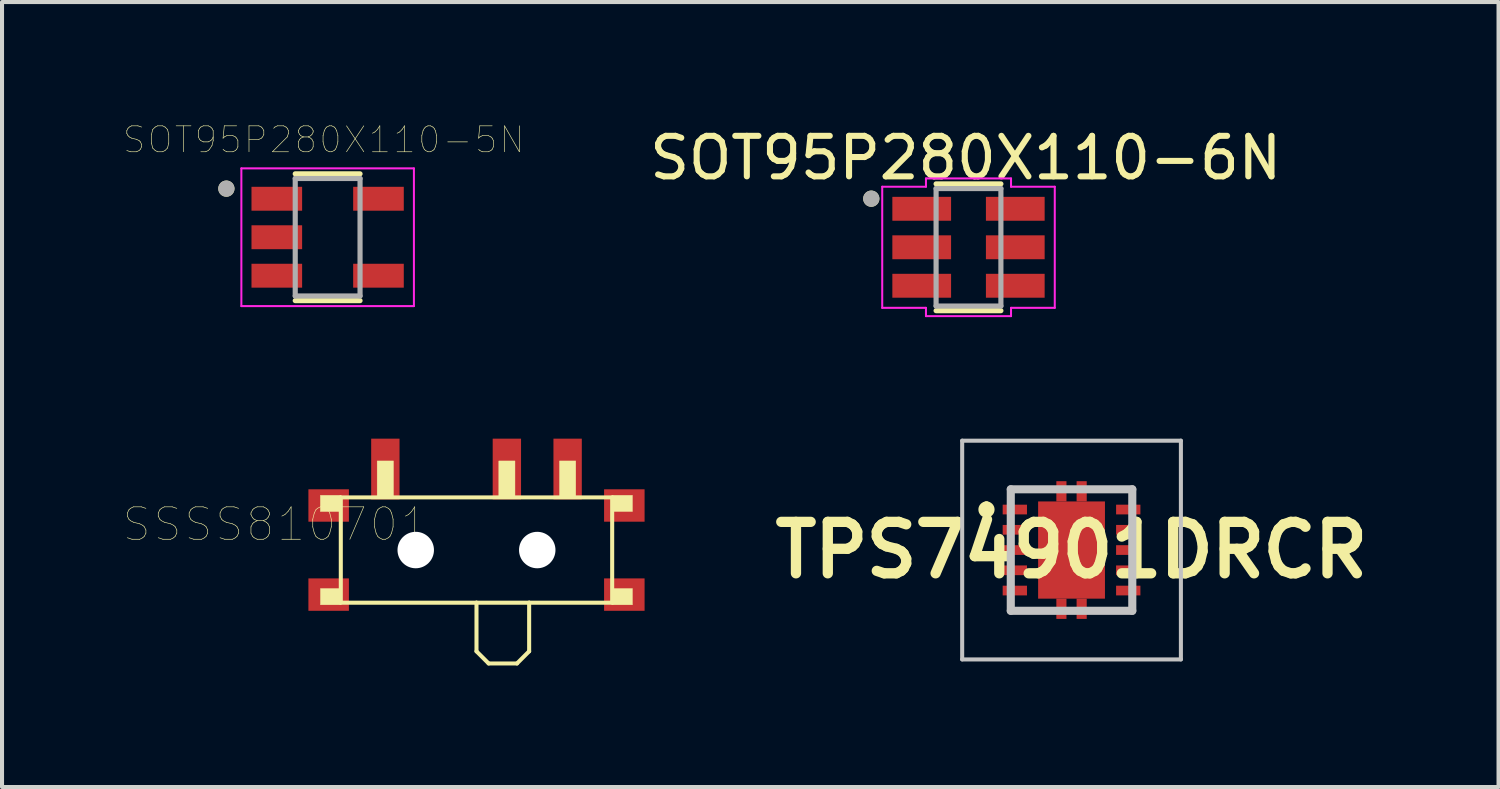
<source format=kicad_pcb>
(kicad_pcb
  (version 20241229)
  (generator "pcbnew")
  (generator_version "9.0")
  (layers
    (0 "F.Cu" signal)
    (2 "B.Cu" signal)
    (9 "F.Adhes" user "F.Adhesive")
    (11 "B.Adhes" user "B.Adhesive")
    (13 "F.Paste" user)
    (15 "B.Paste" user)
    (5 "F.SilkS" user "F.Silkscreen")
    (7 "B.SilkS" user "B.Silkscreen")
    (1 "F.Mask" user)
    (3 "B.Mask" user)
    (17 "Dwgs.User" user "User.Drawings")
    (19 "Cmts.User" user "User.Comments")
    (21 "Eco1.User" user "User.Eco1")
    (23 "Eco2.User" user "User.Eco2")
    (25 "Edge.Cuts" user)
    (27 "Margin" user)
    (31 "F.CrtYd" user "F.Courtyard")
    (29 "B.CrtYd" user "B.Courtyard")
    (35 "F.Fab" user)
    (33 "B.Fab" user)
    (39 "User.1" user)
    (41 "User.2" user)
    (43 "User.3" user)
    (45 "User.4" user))
  (footprint "TPS74901DRCR"
    (layer "F.Cu")
    (at 23.405 10.53)
    (property "Reference" "TPS74901DRCR" (at 0 0 0) (layer "F.SilkS") (effects (font (size 1.27 1.27) (thickness 0.254))))
    (attr smd)
    (fp_line (start -2.1 -1.1) (end -2.1 -1.1) (stroke (width 0.2) (type solid)) (layer "F.SilkS"))
    (fp_line (start -2.1 -0.9) (end -2.1 -0.9) (stroke (width 0.2) (type solid)) (layer "F.SilkS"))
    (fp_line (start -1.5 -1.5) (end -0.6 -1.5) (stroke (width 0.1) (type solid)) (layer "F.SilkS"))
    (fp_line (start -1.5 -1.3) (end -1.5 -1.5) (stroke (width 0.1) (type solid)) (layer "F.SilkS"))
    (fp_line (start -1.5 1.3) (end -1.5 1.5) (stroke (width 0.1) (type solid)) (layer "F.SilkS"))
    (fp_line (start -1.5 1.5) (end -0.6 1.5) (stroke (width 0.1) (type solid)) (layer "F.SilkS"))
    (fp_line (start 0.6 -1.5) (end 1.5 -1.5) (stroke (width 0.1) (type solid)) (layer "F.SilkS"))
    (fp_line (start 0.6 1.5) (end 1.5 1.5) (stroke (width 0.1) (type solid)) (layer "F.SilkS"))
    (fp_line (start 1.5 -1.5) (end 1.5 -1.3) (stroke (width 0.1) (type solid)) (layer "F.SilkS"))
    (fp_line (start 1.5 1.5) (end 1.5 1.3) (stroke (width 0.1) (type solid)) (layer "F.SilkS"))
    (fp_arc (start -2.1 -1.1) (mid -2 -1) (end -2.1 -0.9) (stroke (width 0.2) (type solid)) (layer "F.SilkS"))
    (fp_arc (start -2.1 -0.9) (mid -2.2 -1) (end -2.1 -1.1) (stroke (width 0.2) (type solid)) (layer "F.SilkS"))
    (fp_line (start -2.7 -2.7) (end 2.7 -2.7) (stroke (width 0.1) (type solid)) (layer "Dwgs.User"))
    (fp_line (start -2.7 2.7) (end -2.7 -2.7) (stroke (width 0.1) (type solid)) (layer "Dwgs.User"))
    (fp_line (start -1.5 -1.5) (end 1.5 -1.5) (stroke (width 0.2) (type solid)) (layer "Dwgs.User"))
    (fp_line (start -1.5 1.5) (end -1.5 -1.5) (stroke (width 0.2) (type solid)) (layer "Dwgs.User"))
    (fp_line (start 1.5 -1.5) (end 1.5 1.5) (stroke (width 0.2) (type solid)) (layer "Dwgs.User"))
    (fp_line (start 1.5 1.5) (end -1.5 1.5) (stroke (width 0.2) (type solid)) (layer "Dwgs.User"))
    (fp_line (start 2.7 -2.7) (end 2.7 2.7) (stroke (width 0.1) (type solid)) (layer "Dwgs.User"))
    (fp_line (start 2.7 2.7) (end -2.7 2.7) (stroke (width 0.1) (type solid)) (layer "Dwgs.User"))
    (pad "1" smd rect (at -1.4 -1 90) (size 0.24 0.6) (layers "F.Cu" "F.Mask" "F.Paste"))
    (pad "2" smd rect (at -1.4 -0.5 90) (size 0.24 0.6) (layers "F.Cu" "F.Mask" "F.Paste"))
    (pad "3" smd rect (at -1.4 0 90) (size 0.24 0.6) (layers "F.Cu" "F.Mask" "F.Paste"))
    (pad "4" smd rect (at -1.4 0.5 90) (size 0.24 0.6) (layers "F.Cu" "F.Mask" "F.Paste"))
    (pad "5" smd rect (at -1.4 1 90) (size 0.24 0.6) (layers "F.Cu" "F.Mask" "F.Paste"))
    (pad "6" smd rect (at 1.4 1 90) (size 0.24 0.6) (layers "F.Cu" "F.Mask" "F.Paste"))
    (pad "7" smd rect (at 1.4 0.5 90) (size 0.24 0.6) (layers "F.Cu" "F.Mask" "F.Paste"))
    (pad "8" smd rect (at 1.4 0 90) (size 0.24 0.6) (layers "F.Cu" "F.Mask" "F.Paste"))
    (pad "9" smd rect (at 1.4 -0.5 90) (size 0.24 0.6) (layers "F.Cu" "F.Mask" "F.Paste"))
    (pad "10" smd rect (at 1.4 -1 90) (size 0.24 0.6) (layers "F.Cu" "F.Mask" "F.Paste"))
    (pad "EP1" smd rect (at 0 0) (size 1.65 2.4) (layers "F.Cu" "F.Mask" "F.Paste"))
    (pad "EP2" smd rect (at -0.25 -1.45) (size 0.25 0.5) (layers "F.Cu" "F.Mask" "F.Paste"))
    (pad "EP3" smd rect (at 0.25 -1.45) (size 0.25 0.5) (layers "F.Cu" "F.Mask" "F.Paste"))
    (pad "EP4" smd rect (at -0.25 1.45) (size 0.25 0.5) (layers "F.Cu" "F.Mask" "F.Paste"))
    (pad "EP5" smd rect (at 0.25 1.45) (size 0.25 0.5) (layers "F.Cu" "F.Mask" "F.Paste")))
  (footprint "SSSS810701"
    (layer "F.Cu")
    (at 8.714 10.53)
    (property "Reference" "SSSS810701" (at -4.958 -0.636 180) (layer "F.SilkS") (effects (font (size 0.801 0.801) (thickness 0.015))))
    (attr through_hole)
    (fp_line (start -3.35 -1.3) (end -3.35 1.3) (stroke (width 0.1) (type solid)) (layer "F.SilkS"))
    (fp_line (start 0 1.3) (end -3.35 1.3) (stroke (width 0.1) (type solid)) (layer "F.SilkS"))
    (fp_line (start 0 1.3) (end 0 2.5) (stroke (width 0.1) (type solid)) (layer "F.SilkS"))
    (fp_line (start 0 1.3) (end 1.3 1.3) (stroke (width 0.1) (type solid)) (layer "F.SilkS"))
    (fp_line (start 0 2.5) (end 0.3 2.8) (stroke (width 0.1) (type solid)) (layer "F.SilkS"))
    (fp_line (start 0.3 2.8) (end 1 2.8) (stroke (width 0.1) (type solid)) (layer "F.SilkS"))
    (fp_line (start 1 2.8) (end 1.3 2.5) (stroke (width 0.1) (type solid)) (layer "F.SilkS"))
    (fp_line (start 1.3 1.3) (end 3.35 1.3) (stroke (width 0.1) (type solid)) (layer "F.SilkS"))
    (fp_line (start 1.3 2.5) (end 1.3 1.3) (stroke (width 0.1) (type solid)) (layer "F.SilkS"))
    (fp_line (start 3.35 -1.3) (end -3.35 -1.3) (stroke (width 0.1) (type solid)) (layer "F.SilkS"))
    (fp_line (start 3.35 1.3) (end 3.35 -1.3) (stroke (width 0.1) (type solid)) (layer "F.SilkS"))
    (fp_poly (pts (xy -3.854 -1.35) (xy -3.35 -1.35) (xy -3.35 -0.951) (xy -3.854 -0.951)) (stroke (width 0.01) (type solid)) (fill yes) (layer "F.SilkS"))
    (fp_poly (pts (xy -3.852 0.95) (xy -3.35 0.95) (xy -3.35 1.351) (xy -3.852 1.351)) (stroke (width 0.01) (type solid)) (fill yes) (layer "F.SilkS"))
    (fp_poly (pts (xy -2.452 -2.2) (xy -2.05 -2.2) (xy -2.05 -1.301) (xy -2.452 -1.301)) (stroke (width 0.01) (type solid)) (fill yes) (layer "F.SilkS"))
    (fp_poly (pts (xy 0.551 -2.2) (xy 0.95 -2.2) (xy 0.95 -1.302) (xy 0.551 -1.302)) (stroke (width 0.01) (type solid)) (fill yes) (layer "F.SilkS"))
    (fp_poly (pts (xy 2.05 -2.2) (xy 2.45 -2.2) (xy 2.45 -1.3) (xy 2.05 -1.3)) (stroke (width 0.01) (type solid)) (fill yes) (layer "F.SilkS"))
    (fp_poly (pts (xy 3.353 0.95) (xy 3.85 0.95) (xy 3.85 1.351) (xy 3.353 1.351)) (stroke (width 0.01) (type solid)) (fill yes) (layer "F.SilkS"))
    (fp_poly (pts (xy 3.356 -1.35) (xy 3.85 -1.35) (xy 3.85 -0.952) (xy 3.356 -0.952)) (stroke (width 0.01) (type solid)) (fill yes) (layer "F.SilkS"))
    (pad "" np_thru_hole circle (at -1.5 0) (size 0.9 0.9) (drill 0.9) (layers "*.Cu" "*.Mask"))
    (pad "" np_thru_hole circle (at 1.5 0) (size 0.9 0.9) (drill 0.9) (layers "*.Cu" "*.Mask"))
    (pad "1" smd rect (at -2.25 -2) (size 0.7 1.5) (layers "F.Cu" "F.Mask" "F.Paste"))
    (pad "2" smd rect (at 0.75 -2) (size 0.7 1.5) (layers "F.Cu" "F.Mask" "F.Paste"))
    (pad "3" smd rect (at 2.25 -2) (size 0.7 1.5) (layers "F.Cu" "F.Mask" "F.Paste"))
    (pad "4.1" smd rect (at -3.65 -1.1) (size 1 0.8) (layers "F.Cu" "F.Mask" "F.Paste"))
    (pad "4.2" smd rect (at 3.65 -1.1) (size 1 0.8) (layers "F.Cu" "F.Mask" "F.Paste"))
    (pad "4.3" smd rect (at -3.65 1.1) (size 1 0.8) (layers "F.Cu" "F.Mask" "F.Paste"))
    (pad "4.4" smd rect (at 3.65 1.1) (size 1 0.8) (layers "F.Cu" "F.Mask" "F.Paste")))
  (footprint "SOT95P280X110-5N"
    (layer "F.Cu")
    (at 5.039 2.807)
    (property "Reference" "SOT95P280X110-5N" (at -0.098 -2.406 0) (layer "F.SilkS") (effects (font (size 0.64 0.64) (thickness 0.015))))
    (attr through_hole)
    (fp_line (start -0.8 -1.565) (end 0.8 -1.565) (stroke (width 0.127) (type solid)) (layer "F.SilkS"))
    (fp_line (start -0.8 1.565) (end 0.8 1.565) (stroke (width 0.127) (type solid)) (layer "F.SilkS"))
    (fp_circle (center -2.5 -1.2) (end -2.4 -1.2) (stroke (width 0.2) (type solid)) (fill no) (layer "F.SilkS"))
    (fp_line (start -2.13 -1.7) (end 2.13 -1.7) (stroke (width 0.05) (type solid)) (layer "F.CrtYd"))
    (fp_line (start -2.13 1.7) (end -2.13 -1.7) (stroke (width 0.05) (type solid)) (layer "F.CrtYd"))
    (fp_line (start 2.13 -1.7) (end 2.13 1.7) (stroke (width 0.05) (type solid)) (layer "F.CrtYd"))
    (fp_line (start 2.13 1.7) (end -2.13 1.7) (stroke (width 0.05) (type solid)) (layer "F.CrtYd"))
    (fp_line (start -0.8 -1.45) (end 0.8 -1.45) (stroke (width 0.127) (type solid)) (layer "F.Fab"))
    (fp_line (start -0.8 1.45) (end -0.8 -1.45) (stroke (width 0.127) (type solid)) (layer "F.Fab"))
    (fp_line (start 0.8 -1.45) (end 0.8 1.45) (stroke (width 0.127) (type solid)) (layer "F.Fab"))
    (fp_line (start 0.8 1.45) (end -0.8 1.45) (stroke (width 0.127) (type solid)) (layer "F.Fab"))
    (fp_circle (center -2.5 -1.2) (end -2.4 -1.2) (stroke (width 0.2) (type solid)) (fill no) (layer "F.Fab"))
    (pad "1" smd rect (at -1.255 -0.95) (size 1.25 0.59) (layers "F.Cu" "F.Mask" "F.Paste"))
    (pad "2" smd rect (at -1.255 0) (size 1.25 0.59) (layers "F.Cu" "F.Mask" "F.Paste"))
    (pad "3" smd rect (at -1.255 0.95) (size 1.25 0.59) (layers "F.Cu" "F.Mask" "F.Paste"))
    (pad "4" smd rect (at 1.255 0.95) (size 1.25 0.59) (layers "F.Cu" "F.Mask" "F.Paste"))
    (pad "5" smd rect (at 1.255 -0.95) (size 1.25 0.59) (layers "F.Cu" "F.Mask" "F.Paste")))
  (footprint "SOT95P280X110-6N"
    (layer "F.Cu")
    (at 20.861 3.055)
    (property "Reference" "SOT95P280X110-6N" (at -0.068 -2.206 0) (layer "F.SilkS") (effects (font (size 1 1) (thickness 0.15))))
    (attr through_hole)
    (fp_line (start -0.8 -1.565) (end 0.8 -1.565) (stroke (width 0.127) (type solid)) (layer "F.SilkS"))
    (fp_line (start -0.8 1.565) (end 0.8 1.565) (stroke (width 0.127) (type solid)) (layer "F.SilkS"))
    (fp_circle (center -2.4 -1.2) (end -2.3 -1.2) (stroke (width 0.2) (type solid)) (fill no) (layer "F.SilkS"))
    (fp_line (start -2.13 -1.495) (end -2.13 1.495) (stroke (width 0.05) (type solid)) (layer "F.CrtYd"))
    (fp_line (start -2.13 1.495) (end -1.05 1.495) (stroke (width 0.05) (type solid)) (layer "F.CrtYd"))
    (fp_line (start -1.05 -1.7) (end -1.05 -1.495) (stroke (width 0.05) (type solid)) (layer "F.CrtYd"))
    (fp_line (start -1.05 -1.495) (end -2.13 -1.495) (stroke (width 0.05) (type solid)) (layer "F.CrtYd"))
    (fp_line (start -1.05 1.495) (end -1.05 1.7) (stroke (width 0.05) (type solid)) (layer "F.CrtYd"))
    (fp_line (start -1.05 1.7) (end 1.05 1.7) (stroke (width 0.05) (type solid)) (layer "F.CrtYd"))
    (fp_line (start 1.05 -1.7) (end -1.05 -1.7) (stroke (width 0.05) (type solid)) (layer "F.CrtYd"))
    (fp_line (start 1.05 -1.495) (end 1.05 -1.7) (stroke (width 0.05) (type solid)) (layer "F.CrtYd"))
    (fp_line (start 1.05 1.495) (end 2.13 1.495) (stroke (width 0.05) (type solid)) (layer "F.CrtYd"))
    (fp_line (start 1.05 1.7) (end 1.05 1.495) (stroke (width 0.05) (type solid)) (layer "F.CrtYd"))
    (fp_line (start 2.13 -1.495) (end 1.05 -1.495) (stroke (width 0.05) (type solid)) (layer "F.CrtYd"))
    (fp_line (start 2.13 1.495) (end 2.13 -1.495) (stroke (width 0.05) (type solid)) (layer "F.CrtYd"))
    (fp_line (start -0.8 -1.45) (end -0.8 1.45) (stroke (width 0.127) (type solid)) (layer "F.Fab"))
    (fp_line (start -0.8 1.45) (end 0.8 1.45) (stroke (width 0.127) (type solid)) (layer "F.Fab"))
    (fp_line (start 0.8 -1.45) (end -0.8 -1.45) (stroke (width 0.127) (type solid)) (layer "F.Fab"))
    (fp_line (start 0.8 1.45) (end 0.8 -1.45) (stroke (width 0.127) (type solid)) (layer "F.Fab"))
    (fp_circle (center -2.4 -1.2) (end -2.3 -1.2) (stroke (width 0.2) (type solid)) (fill no) (layer "F.Fab"))
    (pad "1" smd rect (at -1.155 -0.95) (size 1.45 0.59) (layers "F.Cu" "F.Mask" "F.Paste"))
    (pad "2" smd rect (at -1.155 0) (size 1.45 0.59) (layers "F.Cu" "F.Mask" "F.Paste"))
    (pad "3" smd rect (at -1.155 0.95) (size 1.45 0.59) (layers "F.Cu" "F.Mask" "F.Paste"))
    (pad "4" smd rect (at 1.155 0.95) (size 1.45 0.59) (layers "F.Cu" "F.Mask" "F.Paste"))
    (pad "5" smd rect (at 1.155 0) (size 1.45 0.59) (layers "F.Cu" "F.Mask" "F.Paste"))
    (pad "6" smd rect (at 1.155 -0.95) (size 1.45 0.59) (layers "F.Cu" "F.Mask" "F.Paste")))
  (gr_rect
    (start -3 -3)
    (end 33.947 16.38)
    (stroke (width 0.1) (type default))
    (fill no)
    (layer "Edge.Cuts")))
</source>
